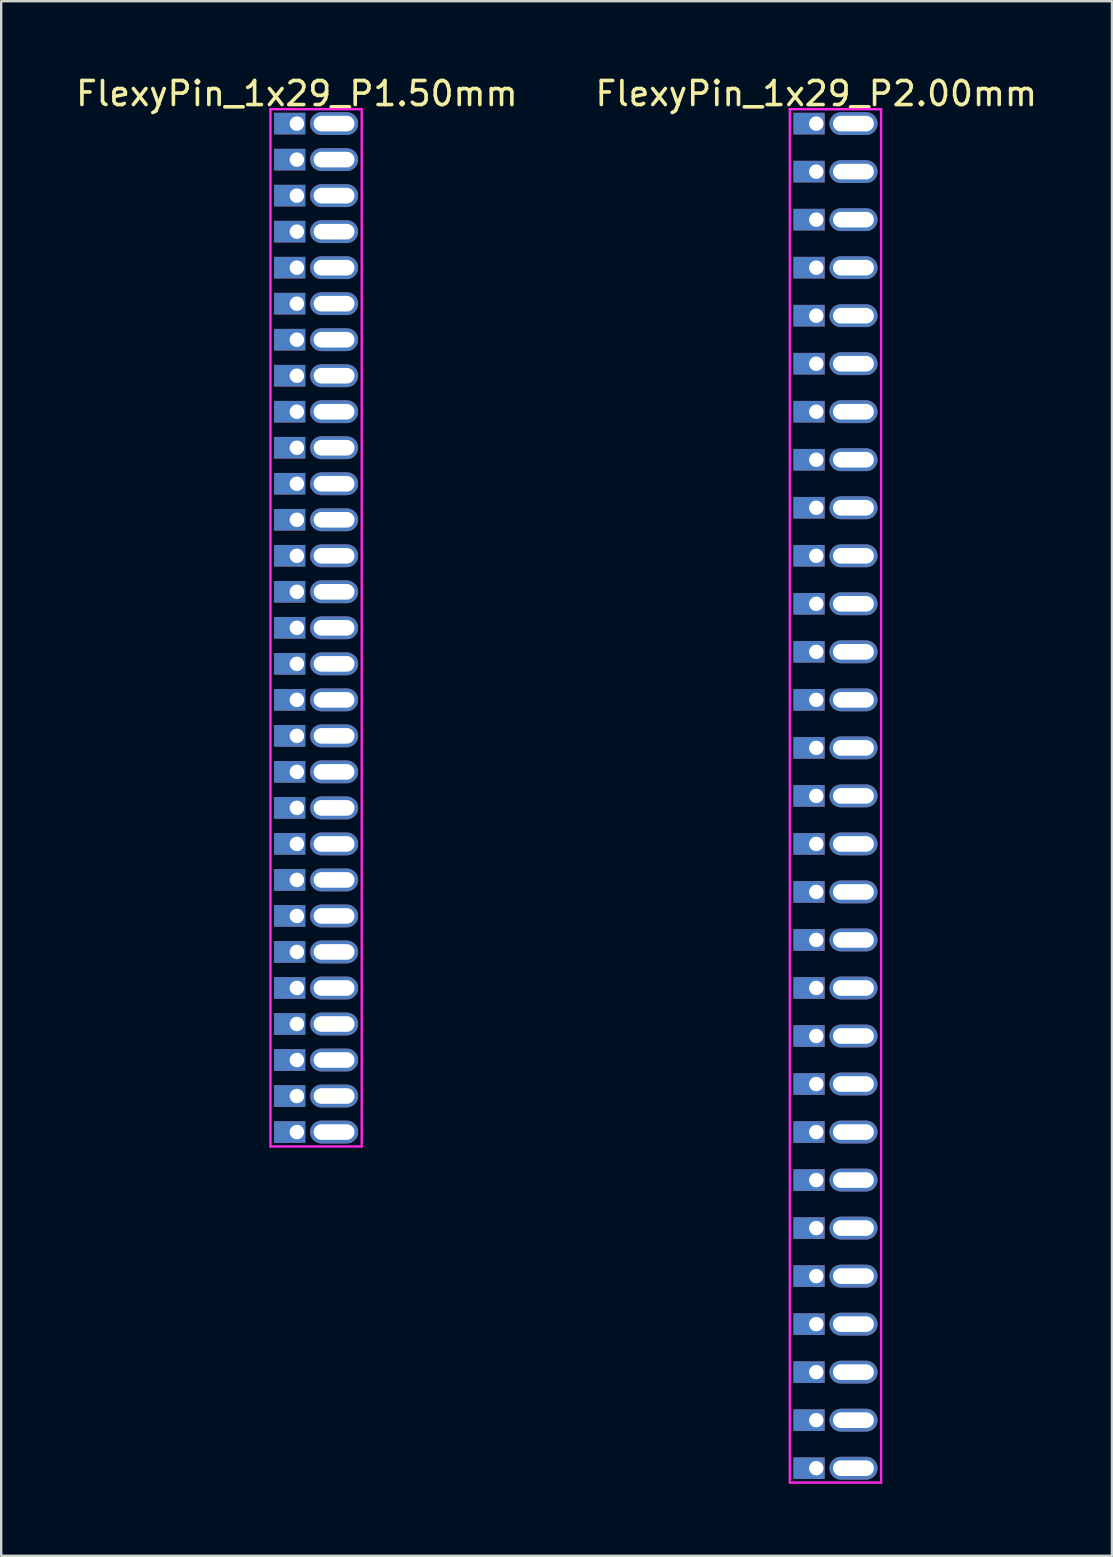
<source format=kicad_pcb>
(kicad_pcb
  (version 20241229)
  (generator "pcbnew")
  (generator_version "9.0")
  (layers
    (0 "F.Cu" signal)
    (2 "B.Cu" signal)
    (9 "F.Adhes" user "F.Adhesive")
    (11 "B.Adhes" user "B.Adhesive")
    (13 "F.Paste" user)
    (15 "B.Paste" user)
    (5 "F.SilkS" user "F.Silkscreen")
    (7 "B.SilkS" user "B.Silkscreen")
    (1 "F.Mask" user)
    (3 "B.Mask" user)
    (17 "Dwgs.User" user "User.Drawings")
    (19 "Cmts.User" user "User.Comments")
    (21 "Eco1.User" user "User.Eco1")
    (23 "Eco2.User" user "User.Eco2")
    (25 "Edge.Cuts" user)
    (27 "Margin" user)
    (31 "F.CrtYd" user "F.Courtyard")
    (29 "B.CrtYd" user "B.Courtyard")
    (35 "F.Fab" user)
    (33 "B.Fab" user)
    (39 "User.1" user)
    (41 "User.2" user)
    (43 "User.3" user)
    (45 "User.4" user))
  (footprint "FlexyPin_1x29_P2.00mm"
    (layer "F.Cu")
    (at 30.946 2.098)
    (property "Reference" "FlexyPin_1x29_P2.00mm" (at 0 -1.25 0) (layer "F.SilkS") (effects (font (size 1 1) (thickness 0.15))))
    (attr through_hole)
    (fp_line (start -1.1 -0.6) (end 2.7 -0.6) (stroke (width 0.1) (type solid)) (layer "F.CrtYd"))
    (fp_line (start -1.1 56.6) (end -1.1 -0.6) (stroke (width 0.1) (type solid)) (layer "F.CrtYd"))
    (fp_line (start 2.7 -0.6) (end 2.7 56.6) (stroke (width 0.1) (type solid)) (layer "F.CrtYd"))
    (fp_line (start 2.7 56.6) (end -1.1 56.6) (stroke (width 0.1) (type solid)) (layer "F.CrtYd"))
    (pad "" thru_hole oval (at 1.55 0) (size 2 0.95) (drill oval 1.7 0.65) (layers "*.Cu" "*.Mask"))
    (pad "" thru_hole oval (at 1.55 2) (size 2 0.95) (drill oval 1.7 0.65) (layers "*.Cu" "*.Mask"))
    (pad "" thru_hole oval (at 1.55 4) (size 2 0.95) (drill oval 1.7 0.65) (layers "*.Cu" "*.Mask"))
    (pad "" thru_hole oval (at 1.55 6) (size 2 0.95) (drill oval 1.7 0.65) (layers "*.Cu" "*.Mask"))
    (pad "" thru_hole oval (at 1.55 8) (size 2 0.95) (drill oval 1.7 0.65) (layers "*.Cu" "*.Mask"))
    (pad "" thru_hole oval (at 1.55 10) (size 2 0.95) (drill oval 1.7 0.65) (layers "*.Cu" "*.Mask"))
    (pad "" thru_hole oval (at 1.55 12) (size 2 0.95) (drill oval 1.7 0.65) (layers "*.Cu" "*.Mask"))
    (pad "" thru_hole oval (at 1.55 14) (size 2 0.95) (drill oval 1.7 0.65) (layers "*.Cu" "*.Mask"))
    (pad "" thru_hole oval (at 1.55 16) (size 2 0.95) (drill oval 1.7 0.65) (layers "*.Cu" "*.Mask"))
    (pad "" thru_hole oval (at 1.55 18) (size 2 0.95) (drill oval 1.7 0.65) (layers "*.Cu" "*.Mask"))
    (pad "" thru_hole oval (at 1.55 20) (size 2 0.95) (drill oval 1.7 0.65) (layers "*.Cu" "*.Mask"))
    (pad "" thru_hole oval (at 1.55 22) (size 2 0.95) (drill oval 1.7 0.65) (layers "*.Cu" "*.Mask"))
    (pad "" thru_hole oval (at 1.55 24) (size 2 0.95) (drill oval 1.7 0.65) (layers "*.Cu" "*.Mask"))
    (pad "" thru_hole oval (at 1.55 26) (size 2 0.95) (drill oval 1.7 0.65) (layers "*.Cu" "*.Mask"))
    (pad "" thru_hole oval (at 1.55 28) (size 2 0.95) (drill oval 1.7 0.65) (layers "*.Cu" "*.Mask"))
    (pad "" thru_hole oval (at 1.55 30) (size 2 0.95) (drill oval 1.7 0.65) (layers "*.Cu" "*.Mask"))
    (pad "" thru_hole oval (at 1.55 32) (size 2 0.95) (drill oval 1.7 0.65) (layers "*.Cu" "*.Mask"))
    (pad "" thru_hole oval (at 1.55 34) (size 2 0.95) (drill oval 1.7 0.65) (layers "*.Cu" "*.Mask"))
    (pad "" thru_hole oval (at 1.55 36) (size 2 0.95) (drill oval 1.7 0.65) (layers "*.Cu" "*.Mask"))
    (pad "" thru_hole oval (at 1.55 38) (size 2 0.95) (drill oval 1.7 0.65) (layers "*.Cu" "*.Mask"))
    (pad "" thru_hole oval (at 1.55 40) (size 2 0.95) (drill oval 1.7 0.65) (layers "*.Cu" "*.Mask"))
    (pad "" thru_hole oval (at 1.55 42) (size 2 0.95) (drill oval 1.7 0.65) (layers "*.Cu" "*.Mask"))
    (pad "" thru_hole oval (at 1.55 44) (size 2 0.95) (drill oval 1.7 0.65) (layers "*.Cu" "*.Mask"))
    (pad "" thru_hole oval (at 1.55 46) (size 2 0.95) (drill oval 1.7 0.65) (layers "*.Cu" "*.Mask"))
    (pad "" thru_hole oval (at 1.55 48) (size 2 0.95) (drill oval 1.7 0.65) (layers "*.Cu" "*.Mask"))
    (pad "" thru_hole oval (at 1.55 50) (size 2 0.95) (drill oval 1.7 0.65) (layers "*.Cu" "*.Mask"))
    (pad "" thru_hole oval (at 1.55 52) (size 2 0.95) (drill oval 1.7 0.65) (layers "*.Cu" "*.Mask"))
    (pad "" thru_hole oval (at 1.55 54) (size 2 0.95) (drill oval 1.7 0.65) (layers "*.Cu" "*.Mask"))
    (pad "" thru_hole oval (at 1.55 56) (size 2 0.95) (drill oval 1.7 0.65) (layers "*.Cu" "*.Mask"))
    (pad "1" thru_hole rect (at 0 0) (size 1.3 0.9) (drill 0.6 (offset -0.3 0)) (layers "*.Cu" "*.Mask"))
    (pad "2" thru_hole rect (at 0 2) (size 1.3 0.9) (drill 0.6 (offset -0.3 0)) (layers "*.Cu" "*.Mask"))
    (pad "3" thru_hole rect (at 0 4) (size 1.3 0.9) (drill 0.6 (offset -0.3 0)) (layers "*.Cu" "*.Mask"))
    (pad "4" thru_hole rect (at 0 6) (size 1.3 0.9) (drill 0.6 (offset -0.3 0)) (layers "*.Cu" "*.Mask"))
    (pad "5" thru_hole rect (at 0 8) (size 1.3 0.9) (drill 0.6 (offset -0.3 0)) (layers "*.Cu" "*.Mask"))
    (pad "6" thru_hole rect (at 0 10) (size 1.3 0.9) (drill 0.6 (offset -0.3 0)) (layers "*.Cu" "*.Mask"))
    (pad "7" thru_hole rect (at 0 12) (size 1.3 0.9) (drill 0.6 (offset -0.3 0)) (layers "*.Cu" "*.Mask"))
    (pad "8" thru_hole rect (at 0 14) (size 1.3 0.9) (drill 0.6 (offset -0.3 0)) (layers "*.Cu" "*.Mask"))
    (pad "9" thru_hole rect (at 0 16) (size 1.3 0.9) (drill 0.6 (offset -0.3 0)) (layers "*.Cu" "*.Mask"))
    (pad "10" thru_hole rect (at 0 18) (size 1.3 0.9) (drill 0.6 (offset -0.3 0)) (layers "*.Cu" "*.Mask"))
    (pad "11" thru_hole rect (at 0 20) (size 1.3 0.9) (drill 0.6 (offset -0.3 0)) (layers "*.Cu" "*.Mask"))
    (pad "12" thru_hole rect (at 0 22) (size 1.3 0.9) (drill 0.6 (offset -0.3 0)) (layers "*.Cu" "*.Mask"))
    (pad "13" thru_hole rect (at 0 24) (size 1.3 0.9) (drill 0.6 (offset -0.3 0)) (layers "*.Cu" "*.Mask"))
    (pad "14" thru_hole rect (at 0 26) (size 1.3 0.9) (drill 0.6 (offset -0.3 0)) (layers "*.Cu" "*.Mask"))
    (pad "15" thru_hole rect (at 0 28) (size 1.3 0.9) (drill 0.6 (offset -0.3 0)) (layers "*.Cu" "*.Mask"))
    (pad "16" thru_hole rect (at 0 30) (size 1.3 0.9) (drill 0.6 (offset -0.3 0)) (layers "*.Cu" "*.Mask"))
    (pad "17" thru_hole rect (at 0 32) (size 1.3 0.9) (drill 0.6 (offset -0.3 0)) (layers "*.Cu" "*.Mask"))
    (pad "18" thru_hole rect (at 0 34) (size 1.3 0.9) (drill 0.6 (offset -0.3 0)) (layers "*.Cu" "*.Mask"))
    (pad "19" thru_hole rect (at 0 36) (size 1.3 0.9) (drill 0.6 (offset -0.3 0)) (layers "*.Cu" "*.Mask"))
    (pad "20" thru_hole rect (at 0 38) (size 1.3 0.9) (drill 0.6 (offset -0.3 0)) (layers "*.Cu" "*.Mask"))
    (pad "21" thru_hole rect (at 0 40) (size 1.3 0.9) (drill 0.6 (offset -0.3 0)) (layers "*.Cu" "*.Mask"))
    (pad "22" thru_hole rect (at 0 42) (size 1.3 0.9) (drill 0.6 (offset -0.3 0)) (layers "*.Cu" "*.Mask"))
    (pad "23" thru_hole rect (at 0 44) (size 1.3 0.9) (drill 0.6 (offset -0.3 0)) (layers "*.Cu" "*.Mask"))
    (pad "24" thru_hole rect (at 0 46) (size 1.3 0.9) (drill 0.6 (offset -0.3 0)) (layers "*.Cu" "*.Mask"))
    (pad "25" thru_hole rect (at 0 48) (size 1.3 0.9) (drill 0.6 (offset -0.3 0)) (layers "*.Cu" "*.Mask"))
    (pad "26" thru_hole rect (at 0 50) (size 1.3 0.9) (drill 0.6 (offset -0.3 0)) (layers "*.Cu" "*.Mask"))
    (pad "27" thru_hole rect (at 0 52) (size 1.3 0.9) (drill 0.6 (offset -0.3 0)) (layers "*.Cu" "*.Mask"))
    (pad "28" thru_hole rect (at 0 54) (size 1.3 0.9) (drill 0.6 (offset -0.3 0)) (layers "*.Cu" "*.Mask"))
    (pad "29" thru_hole rect (at 0 56) (size 1.3 0.9) (drill 0.6 (offset -0.3 0)) (layers "*.Cu" "*.Mask")))
  (footprint "FlexyPin_1x29_P1.50mm"
    (layer "F.Cu")
    (at 9.315 2.098)
    (property "Reference" "FlexyPin_1x29_P1.50mm" (at 0 -1.25 0) (layer "F.SilkS") (effects (font (size 1 1) (thickness 0.15))))
    (attr through_hole)
    (fp_line (start -1.1 -0.6) (end 2.7 -0.6) (stroke (width 0.1) (type solid)) (layer "F.CrtYd"))
    (fp_line (start -1.1 42.6) (end -1.1 -0.6) (stroke (width 0.1) (type solid)) (layer "F.CrtYd"))
    (fp_line (start 2.7 -0.6) (end 2.7 42.6) (stroke (width 0.1) (type solid)) (layer "F.CrtYd"))
    (fp_line (start 2.7 42.6) (end -1.1 42.6) (stroke (width 0.1) (type solid)) (layer "F.CrtYd"))
    (pad "" thru_hole oval (at 1.55 0) (size 2 0.95) (drill oval 1.7 0.65) (layers "*.Cu" "*.Mask"))
    (pad "" thru_hole oval (at 1.55 1.5) (size 2 0.95) (drill oval 1.7 0.65) (layers "*.Cu" "*.Mask"))
    (pad "" thru_hole oval (at 1.55 3) (size 2 0.95) (drill oval 1.7 0.65) (layers "*.Cu" "*.Mask"))
    (pad "" thru_hole oval (at 1.55 4.5) (size 2 0.95) (drill oval 1.7 0.65) (layers "*.Cu" "*.Mask"))
    (pad "" thru_hole oval (at 1.55 6) (size 2 0.95) (drill oval 1.7 0.65) (layers "*.Cu" "*.Mask"))
    (pad "" thru_hole oval (at 1.55 7.5) (size 2 0.95) (drill oval 1.7 0.65) (layers "*.Cu" "*.Mask"))
    (pad "" thru_hole oval (at 1.55 9) (size 2 0.95) (drill oval 1.7 0.65) (layers "*.Cu" "*.Mask"))
    (pad "" thru_hole oval (at 1.55 10.5) (size 2 0.95) (drill oval 1.7 0.65) (layers "*.Cu" "*.Mask"))
    (pad "" thru_hole oval (at 1.55 12) (size 2 0.95) (drill oval 1.7 0.65) (layers "*.Cu" "*.Mask"))
    (pad "" thru_hole oval (at 1.55 13.5) (size 2 0.95) (drill oval 1.7 0.65) (layers "*.Cu" "*.Mask"))
    (pad "" thru_hole oval (at 1.55 15) (size 2 0.95) (drill oval 1.7 0.65) (layers "*.Cu" "*.Mask"))
    (pad "" thru_hole oval (at 1.55 16.5) (size 2 0.95) (drill oval 1.7 0.65) (layers "*.Cu" "*.Mask"))
    (pad "" thru_hole oval (at 1.55 18) (size 2 0.95) (drill oval 1.7 0.65) (layers "*.Cu" "*.Mask"))
    (pad "" thru_hole oval (at 1.55 19.5) (size 2 0.95) (drill oval 1.7 0.65) (layers "*.Cu" "*.Mask"))
    (pad "" thru_hole oval (at 1.55 21) (size 2 0.95) (drill oval 1.7 0.65) (layers "*.Cu" "*.Mask"))
    (pad "" thru_hole oval (at 1.55 22.5) (size 2 0.95) (drill oval 1.7 0.65) (layers "*.Cu" "*.Mask"))
    (pad "" thru_hole oval (at 1.55 24) (size 2 0.95) (drill oval 1.7 0.65) (layers "*.Cu" "*.Mask"))
    (pad "" thru_hole oval (at 1.55 25.5) (size 2 0.95) (drill oval 1.7 0.65) (layers "*.Cu" "*.Mask"))
    (pad "" thru_hole oval (at 1.55 27) (size 2 0.95) (drill oval 1.7 0.65) (layers "*.Cu" "*.Mask"))
    (pad "" thru_hole oval (at 1.55 28.5) (size 2 0.95) (drill oval 1.7 0.65) (layers "*.Cu" "*.Mask"))
    (pad "" thru_hole oval (at 1.55 30) (size 2 0.95) (drill oval 1.7 0.65) (layers "*.Cu" "*.Mask"))
    (pad "" thru_hole oval (at 1.55 31.5) (size 2 0.95) (drill oval 1.7 0.65) (layers "*.Cu" "*.Mask"))
    (pad "" thru_hole oval (at 1.55 33) (size 2 0.95) (drill oval 1.7 0.65) (layers "*.Cu" "*.Mask"))
    (pad "" thru_hole oval (at 1.55 34.5) (size 2 0.95) (drill oval 1.7 0.65) (layers "*.Cu" "*.Mask"))
    (pad "" thru_hole oval (at 1.55 36) (size 2 0.95) (drill oval 1.7 0.65) (layers "*.Cu" "*.Mask"))
    (pad "" thru_hole oval (at 1.55 37.5) (size 2 0.95) (drill oval 1.7 0.65) (layers "*.Cu" "*.Mask"))
    (pad "" thru_hole oval (at 1.55 39) (size 2 0.95) (drill oval 1.7 0.65) (layers "*.Cu" "*.Mask"))
    (pad "" thru_hole oval (at 1.55 40.5) (size 2 0.95) (drill oval 1.7 0.65) (layers "*.Cu" "*.Mask"))
    (pad "" thru_hole oval (at 1.55 42) (size 2 0.95) (drill oval 1.7 0.65) (layers "*.Cu" "*.Mask"))
    (pad "1" thru_hole rect (at 0 0) (size 1.3 0.9) (drill 0.6 (offset -0.3 0)) (layers "*.Cu" "*.Mask"))
    (pad "2" thru_hole rect (at 0 1.5) (size 1.3 0.9) (drill 0.6 (offset -0.3 0)) (layers "*.Cu" "*.Mask"))
    (pad "3" thru_hole rect (at 0 3) (size 1.3 0.9) (drill 0.6 (offset -0.3 0)) (layers "*.Cu" "*.Mask"))
    (pad "4" thru_hole rect (at 0 4.5) (size 1.3 0.9) (drill 0.6 (offset -0.3 0)) (layers "*.Cu" "*.Mask"))
    (pad "5" thru_hole rect (at 0 6) (size 1.3 0.9) (drill 0.6 (offset -0.3 0)) (layers "*.Cu" "*.Mask"))
    (pad "6" thru_hole rect (at 0 7.5) (size 1.3 0.9) (drill 0.6 (offset -0.3 0)) (layers "*.Cu" "*.Mask"))
    (pad "7" thru_hole rect (at 0 9) (size 1.3 0.9) (drill 0.6 (offset -0.3 0)) (layers "*.Cu" "*.Mask"))
    (pad "8" thru_hole rect (at 0 10.5) (size 1.3 0.9) (drill 0.6 (offset -0.3 0)) (layers "*.Cu" "*.Mask"))
    (pad "9" thru_hole rect (at 0 12) (size 1.3 0.9) (drill 0.6 (offset -0.3 0)) (layers "*.Cu" "*.Mask"))
    (pad "10" thru_hole rect (at 0 13.5) (size 1.3 0.9) (drill 0.6 (offset -0.3 0)) (layers "*.Cu" "*.Mask"))
    (pad "11" thru_hole rect (at 0 15) (size 1.3 0.9) (drill 0.6 (offset -0.3 0)) (layers "*.Cu" "*.Mask"))
    (pad "12" thru_hole rect (at 0 16.5) (size 1.3 0.9) (drill 0.6 (offset -0.3 0)) (layers "*.Cu" "*.Mask"))
    (pad "13" thru_hole rect (at 0 18) (size 1.3 0.9) (drill 0.6 (offset -0.3 0)) (layers "*.Cu" "*.Mask"))
    (pad "14" thru_hole rect (at 0 19.5) (size 1.3 0.9) (drill 0.6 (offset -0.3 0)) (layers "*.Cu" "*.Mask"))
    (pad "15" thru_hole rect (at 0 21) (size 1.3 0.9) (drill 0.6 (offset -0.3 0)) (layers "*.Cu" "*.Mask"))
    (pad "16" thru_hole rect (at 0 22.5) (size 1.3 0.9) (drill 0.6 (offset -0.3 0)) (layers "*.Cu" "*.Mask"))
    (pad "17" thru_hole rect (at 0 24) (size 1.3 0.9) (drill 0.6 (offset -0.3 0)) (layers "*.Cu" "*.Mask"))
    (pad "18" thru_hole rect (at 0 25.5) (size 1.3 0.9) (drill 0.6 (offset -0.3 0)) (layers "*.Cu" "*.Mask"))
    (pad "19" thru_hole rect (at 0 27) (size 1.3 0.9) (drill 0.6 (offset -0.3 0)) (layers "*.Cu" "*.Mask"))
    (pad "20" thru_hole rect (at 0 28.5) (size 1.3 0.9) (drill 0.6 (offset -0.3 0)) (layers "*.Cu" "*.Mask"))
    (pad "21" thru_hole rect (at 0 30) (size 1.3 0.9) (drill 0.6 (offset -0.3 0)) (layers "*.Cu" "*.Mask"))
    (pad "22" thru_hole rect (at 0 31.5) (size 1.3 0.9) (drill 0.6 (offset -0.3 0)) (layers "*.Cu" "*.Mask"))
    (pad "23" thru_hole rect (at 0 33) (size 1.3 0.9) (drill 0.6 (offset -0.3 0)) (layers "*.Cu" "*.Mask"))
    (pad "24" thru_hole rect (at 0 34.5) (size 1.3 0.9) (drill 0.6 (offset -0.3 0)) (layers "*.Cu" "*.Mask"))
    (pad "25" thru_hole rect (at 0 36) (size 1.3 0.9) (drill 0.6 (offset -0.3 0)) (layers "*.Cu" "*.Mask"))
    (pad "26" thru_hole rect (at 0 37.5) (size 1.3 0.9) (drill 0.6 (offset -0.3 0)) (layers "*.Cu" "*.Mask"))
    (pad "27" thru_hole rect (at 0 39) (size 1.3 0.9) (drill 0.6 (offset -0.3 0)) (layers "*.Cu" "*.Mask"))
    (pad "28" thru_hole rect (at 0 40.5) (size 1.3 0.9) (drill 0.6 (offset -0.3 0)) (layers "*.Cu" "*.Mask"))
    (pad "29" thru_hole rect (at 0 42) (size 1.3 0.9) (drill 0.6 (offset -0.3 0)) (layers "*.Cu" "*.Mask")))
  (gr_rect
    (start -3 -3)
    (end 43.262 61.748)
    (stroke (width 0.1) (type default))
    (fill no)
    (layer "Edge.Cuts")))
</source>
